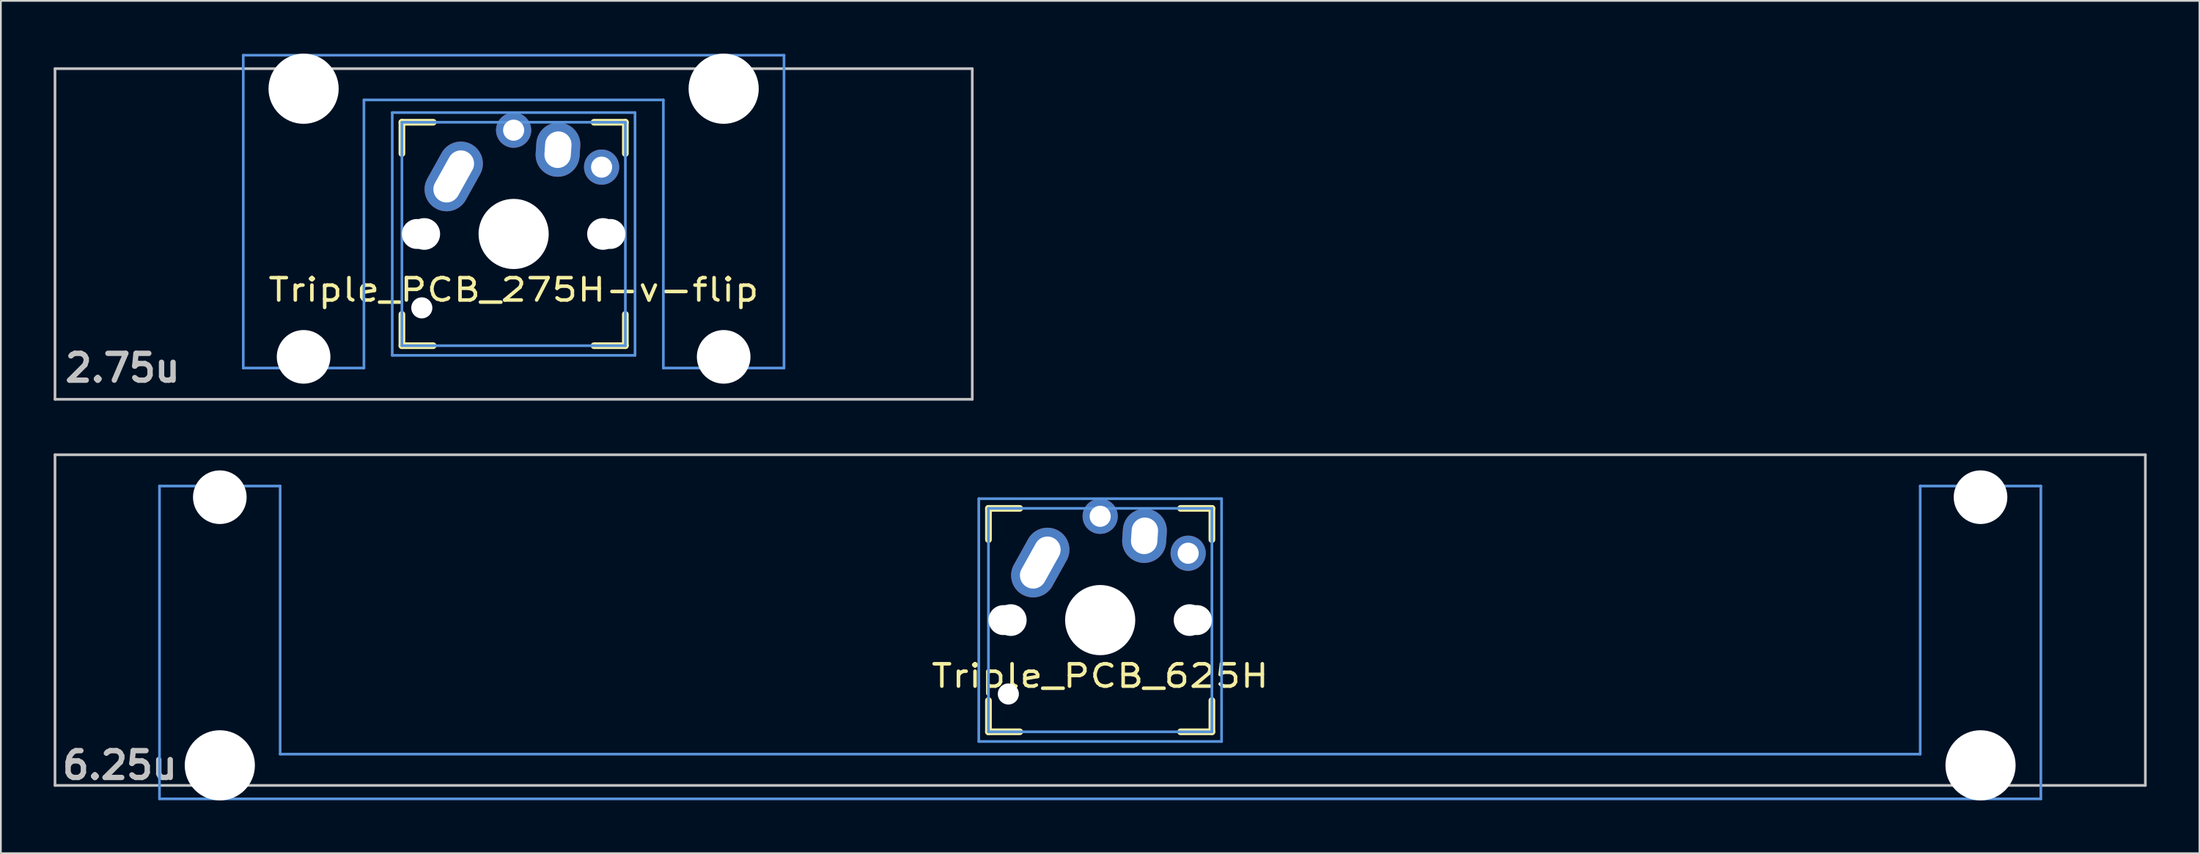
<source format=kicad_pcb>
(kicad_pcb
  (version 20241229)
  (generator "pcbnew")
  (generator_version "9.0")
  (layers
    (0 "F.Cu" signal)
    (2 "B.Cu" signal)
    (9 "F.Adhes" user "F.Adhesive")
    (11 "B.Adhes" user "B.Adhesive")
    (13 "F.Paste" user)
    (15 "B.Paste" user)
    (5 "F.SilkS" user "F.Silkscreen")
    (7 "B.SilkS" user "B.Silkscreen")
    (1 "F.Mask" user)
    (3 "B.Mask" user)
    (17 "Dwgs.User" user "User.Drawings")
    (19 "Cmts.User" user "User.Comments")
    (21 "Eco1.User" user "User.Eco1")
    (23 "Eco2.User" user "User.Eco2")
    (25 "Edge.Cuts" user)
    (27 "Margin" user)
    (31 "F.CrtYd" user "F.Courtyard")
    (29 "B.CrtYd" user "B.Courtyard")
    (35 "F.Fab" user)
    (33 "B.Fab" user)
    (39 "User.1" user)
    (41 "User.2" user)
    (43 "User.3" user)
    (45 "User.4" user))
  (footprint "Triple_PCB_625H"
    (layer "F.Cu")
    (at 59.482 32.197)
    (property "Reference" "Triple_PCB_625H" (at 0 3.175 0) (layer "F.SilkS") (effects (font (size 1.27 1.524) (thickness 0.203))))
    (attr through_hole)
    (fp_line (start -6.35 -6.35) (end -4.572 -6.35) (stroke (width 0.381) (type solid)) (layer "F.SilkS"))
    (fp_line (start -6.35 -4.572) (end -6.35 -6.35) (stroke (width 0.381) (type solid)) (layer "F.SilkS"))
    (fp_line (start -6.35 6.35) (end -6.35 4.572) (stroke (width 0.381) (type solid)) (layer "F.SilkS"))
    (fp_line (start -4.572 6.35) (end -6.35 6.35) (stroke (width 0.381) (type solid)) (layer "F.SilkS"))
    (fp_line (start 4.572 -6.35) (end 6.35 -6.35) (stroke (width 0.381) (type solid)) (layer "F.SilkS"))
    (fp_line (start 6.35 -6.35) (end 6.35 -4.572) (stroke (width 0.381) (type solid)) (layer "F.SilkS"))
    (fp_line (start 6.35 4.572) (end 6.35 6.35) (stroke (width 0.381) (type solid)) (layer "F.SilkS"))
    (fp_line (start 6.35 6.35) (end 4.572 6.35) (stroke (width 0.381) (type solid)) (layer "F.SilkS"))
    (fp_line (start -59.406 -9.398) (end 59.406 -9.398) (stroke (width 0.152) (type solid)) (layer "Dwgs.User"))
    (fp_line (start -59.406 9.398) (end -59.406 -9.398) (stroke (width 0.152) (type solid)) (layer "Dwgs.User"))
    (fp_line (start 59.406 -9.398) (end 59.406 9.398) (stroke (width 0.152) (type solid)) (layer "Dwgs.User"))
    (fp_line (start 59.406 9.398) (end -59.406 9.398) (stroke (width 0.152) (type solid)) (layer "Dwgs.User"))
    (fp_line (start -53.467 -7.62) (end -53.467 10.16) (stroke (width 0.152) (type solid)) (layer "Cmts.User"))
    (fp_line (start -53.467 10.16) (end 53.467 10.16) (stroke (width 0.152) (type solid)) (layer "Cmts.User"))
    (fp_line (start -46.609 -7.62) (end -53.467 -7.62) (stroke (width 0.152) (type solid)) (layer "Cmts.User"))
    (fp_line (start -46.609 7.62) (end -46.609 -7.62) (stroke (width 0.152) (type solid)) (layer "Cmts.User"))
    (fp_line (start -6.9 -6.9) (end 6.9 -6.9) (stroke (width 0.152) (type solid)) (layer "Cmts.User"))
    (fp_line (start -6.9 6.9) (end -6.9 -6.9) (stroke (width 0.152) (type solid)) (layer "Cmts.User"))
    (fp_line (start -6.35 -6.35) (end 6.35 -6.35) (stroke (width 0.152) (type solid)) (layer "Cmts.User"))
    (fp_line (start -6.35 6.35) (end -6.35 -6.35) (stroke (width 0.152) (type solid)) (layer "Cmts.User"))
    (fp_line (start 6.35 -6.35) (end 6.35 6.35) (stroke (width 0.152) (type solid)) (layer "Cmts.User"))
    (fp_line (start 6.35 6.35) (end -6.35 6.35) (stroke (width 0.152) (type solid)) (layer "Cmts.User"))
    (fp_line (start 6.9 -6.9) (end 6.9 6.9) (stroke (width 0.152) (type solid)) (layer "Cmts.User"))
    (fp_line (start 6.9 6.9) (end -6.9 6.9) (stroke (width 0.152) (type solid)) (layer "Cmts.User"))
    (fp_line (start 46.609 -7.62) (end 46.609 7.62) (stroke (width 0.152) (type solid)) (layer "Cmts.User"))
    (fp_line (start 46.609 7.62) (end -46.609 7.62) (stroke (width 0.152) (type solid)) (layer "Cmts.User"))
    (fp_line (start 53.467 -7.62) (end 46.609 -7.62) (stroke (width 0.152) (type solid)) (layer "Cmts.User"))
    (fp_line (start 53.467 10.16) (end 53.467 -7.62) (stroke (width 0.152) (type solid)) (layer "Cmts.User"))
    (fp_line (start -54.229 -2.286) (end -53.365 -2.286) (stroke (width 0.152) (type solid)) (layer "Eco2.User"))
    (fp_line (start -54.229 0.508) (end -54.229 -2.286) (stroke (width 0.152) (type solid)) (layer "Eco2.User"))
    (fp_line (start -53.365 -5.69) (end -46.711 -5.69) (stroke (width 0.152) (type solid)) (layer "Eco2.User"))
    (fp_line (start -53.365 -2.286) (end -53.365 -5.69) (stroke (width 0.152) (type solid)) (layer "Eco2.User"))
    (fp_line (start -53.365 0.508) (end -54.229 0.508) (stroke (width 0.152) (type solid)) (layer "Eco2.User"))
    (fp_line (start -53.365 6.604) (end -53.365 0.508) (stroke (width 0.152) (type solid)) (layer "Eco2.User"))
    (fp_line (start -52.324 6.604) (end -53.365 6.604) (stroke (width 0.152) (type solid)) (layer "Eco2.User"))
    (fp_line (start -52.324 7.772) (end -52.324 6.604) (stroke (width 0.152) (type solid)) (layer "Eco2.User"))
    (fp_line (start -47.752 6.604) (end -47.752 7.772) (stroke (width 0.152) (type solid)) (layer "Eco2.User"))
    (fp_line (start -47.752 7.772) (end -52.324 7.772) (stroke (width 0.152) (type solid)) (layer "Eco2.User"))
    (fp_line (start -46.711 -5.69) (end -46.711 -2.286) (stroke (width 0.152) (type solid)) (layer "Eco2.User"))
    (fp_line (start -46.711 -2.286) (end -6.985 -2.286) (stroke (width 0.152) (type solid)) (layer "Eco2.User"))
    (fp_line (start -46.711 2.286) (end -46.711 6.604) (stroke (width 0.152) (type solid)) (layer "Eco2.User"))
    (fp_line (start -46.711 6.604) (end -47.752 6.604) (stroke (width 0.152) (type solid)) (layer "Eco2.User"))
    (fp_line (start -7.5 -7.5) (end 7.5 -7.5) (stroke (width 0.152) (type solid)) (layer "Eco2.User"))
    (fp_line (start -7.5 7.5) (end -7.5 -7.5) (stroke (width 0.152) (type solid)) (layer "Eco2.User"))
    (fp_line (start -6.985 -6.985) (end 6.985 -6.985) (stroke (width 0.152) (type solid)) (layer "Eco2.User"))
    (fp_line (start -6.985 -2.286) (end -6.985 -6.985) (stroke (width 0.152) (type solid)) (layer "Eco2.User"))
    (fp_line (start -6.985 2.286) (end -46.711 2.286) (stroke (width 0.152) (type solid)) (layer "Eco2.User"))
    (fp_line (start -6.985 6.985) (end -6.985 2.286) (stroke (width 0.152) (type solid)) (layer "Eco2.User"))
    (fp_line (start 6.985 -6.985) (end 6.985 -2.286) (stroke (width 0.152) (type solid)) (layer "Eco2.User"))
    (fp_line (start 6.985 -2.286) (end 46.711 -2.286) (stroke (width 0.152) (type solid)) (layer "Eco2.User"))
    (fp_line (start 6.985 2.286) (end 6.985 6.985) (stroke (width 0.152) (type solid)) (layer "Eco2.User"))
    (fp_line (start 6.985 6.985) (end -6.985 6.985) (stroke (width 0.152) (type solid)) (layer "Eco2.User"))
    (fp_line (start 7.5 -7.5) (end 7.5 7.5) (stroke (width 0.152) (type solid)) (layer "Eco2.User"))
    (fp_line (start 7.5 7.5) (end -7.5 7.5) (stroke (width 0.152) (type solid)) (layer "Eco2.User"))
    (fp_line (start 46.711 -5.69) (end 53.365 -5.69) (stroke (width 0.152) (type solid)) (layer "Eco2.User"))
    (fp_line (start 46.711 -2.286) (end 46.711 -5.69) (stroke (width 0.152) (type solid)) (layer "Eco2.User"))
    (fp_line (start 46.711 2.286) (end 6.985 2.286) (stroke (width 0.152) (type solid)) (layer "Eco2.User"))
    (fp_line (start 46.711 6.604) (end 46.711 2.286) (stroke (width 0.152) (type solid)) (layer "Eco2.User"))
    (fp_line (start 47.752 6.604) (end 46.711 6.604) (stroke (width 0.152) (type solid)) (layer "Eco2.User"))
    (fp_line (start 47.752 7.772) (end 47.752 6.604) (stroke (width 0.152) (type solid)) (layer "Eco2.User"))
    (fp_line (start 52.324 6.604) (end 52.324 7.772) (stroke (width 0.152) (type solid)) (layer "Eco2.User"))
    (fp_line (start 52.324 7.772) (end 47.752 7.772) (stroke (width 0.152) (type solid)) (layer "Eco2.User"))
    (fp_line (start 53.365 -5.69) (end 53.365 -2.286) (stroke (width 0.152) (type solid)) (layer "Eco2.User"))
    (fp_line (start 53.365 -2.286) (end 54.229 -2.286) (stroke (width 0.152) (type solid)) (layer "Eco2.User"))
    (fp_line (start 53.365 0.508) (end 53.365 6.604) (stroke (width 0.152) (type solid)) (layer "Eco2.User"))
    (fp_line (start 53.365 6.604) (end 52.324 6.604) (stroke (width 0.152) (type solid)) (layer "Eco2.User"))
    (fp_line (start 54.229 -2.286) (end 54.229 0.508) (stroke (width 0.152) (type solid)) (layer "Eco2.User"))
    (fp_line (start 54.229 0.508) (end 53.365 0.508) (stroke (width 0.152) (type solid)) (layer "Eco2.User"))
    (fp_text user "6.25u" (at -55.723 8.255 0) (layer "Dwgs.User") (effects (font (size 1.524 1.524) (thickness 0.305))))
    (pad "" np_thru_hole circle (at -50.038 -6.985) (size 3.048 3.048) (drill 3.048) (layers "*.Cu"))
    (pad "" np_thru_hole circle (at -50.038 8.255) (size 3.988 3.988) (drill 3.988) (layers "*.Cu"))
    (pad "" np_thru_hole circle (at -5.5 0) (size 1.7 1.7) (drill 1.7) (layers "*.Cu"))
    (pad "" np_thru_hole circle (at -5.22 4.2) (size 1.2 1.2) (drill 1.2) (layers "*.Cu"))
    (pad "" np_thru_hole circle (at -5.08 0) (size 1.8 1.8) (drill 1.8) (layers "*.Cu"))
    (pad "" np_thru_hole circle (at 0 0) (size 3.4 3.4) (drill 3.4) (layers "*.Cu"))
    (pad "" np_thru_hole circle (at 0 0) (size 3.988 3.988) (drill 3.988) (layers "*.Cu"))
    (pad "" np_thru_hole circle (at 5.08 0) (size 1.8 1.8) (drill 1.8) (layers "*.Cu"))
    (pad "" np_thru_hole circle (at 5.5 0) (size 1.7 1.7) (drill 1.7) (layers "*.Cu"))
    (pad "" np_thru_hole circle (at 50.038 -6.985) (size 3.048 3.048) (drill 3.048) (layers "*.Cu"))
    (pad "" np_thru_hole circle (at 50.038 8.255) (size 3.988 3.988) (drill 3.988) (layers "*.Cu"))
    (pad "1" thru_hole oval (at -3.405 -3.27 330.9) (size 2.5 4.17) (drill oval 1.5 3.17) (layers "*.Cu" "*.Mask"))
    (pad "1" thru_hole circle (at 0 -5.9) (size 2 2) (drill 1.2) (layers "*.Cu" "*.Mask"))
    (pad "2" thru_hole oval (at 2.52 -4.79 356.1) (size 2.5 3.08) (drill oval 1.5 2.08) (layers "*.Cu" "*.Mask"))
    (pad "2" thru_hole circle (at 5 -3.8 221.9) (size 2 2) (drill 1.2) (layers "*.Cu" "*.Mask")))
  (footprint "Triple_PCB_275H-v-flip"
    (layer "F.Cu")
    (at 26.144 10.249)
    (property "Reference" "Triple_PCB_275H-v-flip" (at 0 3.175 0) (layer "F.SilkS") (effects (font (size 1.27 1.524) (thickness 0.203))))
    (attr through_hole)
    (fp_line (start -6.35 -6.35) (end -4.572 -6.35) (stroke (width 0.381) (type solid)) (layer "F.SilkS"))
    (fp_line (start -6.35 -4.572) (end -6.35 -6.35) (stroke (width 0.381) (type solid)) (layer "F.SilkS"))
    (fp_line (start -6.35 6.35) (end -6.35 4.572) (stroke (width 0.381) (type solid)) (layer "F.SilkS"))
    (fp_line (start -4.572 6.35) (end -6.35 6.35) (stroke (width 0.381) (type solid)) (layer "F.SilkS"))
    (fp_line (start 4.572 -6.35) (end 6.35 -6.35) (stroke (width 0.381) (type solid)) (layer "F.SilkS"))
    (fp_line (start 6.35 -6.35) (end 6.35 -4.572) (stroke (width 0.381) (type solid)) (layer "F.SilkS"))
    (fp_line (start 6.35 4.572) (end 6.35 6.35) (stroke (width 0.381) (type solid)) (layer "F.SilkS"))
    (fp_line (start 6.35 6.35) (end 4.572 6.35) (stroke (width 0.381) (type solid)) (layer "F.SilkS"))
    (fp_line (start -26.068 -9.398) (end 26.068 -9.398) (stroke (width 0.152) (type solid)) (layer "Dwgs.User"))
    (fp_line (start -26.068 9.398) (end -26.068 -9.398) (stroke (width 0.152) (type solid)) (layer "Dwgs.User"))
    (fp_line (start 26.068 -9.398) (end 26.068 9.398) (stroke (width 0.152) (type solid)) (layer "Dwgs.User"))
    (fp_line (start 26.068 9.398) (end -26.068 9.398) (stroke (width 0.152) (type solid)) (layer "Dwgs.User"))
    (fp_line (start -15.367 -10.16) (end -15.367 7.62) (stroke (width 0.152) (type solid)) (layer "Cmts.User"))
    (fp_line (start -15.367 7.62) (end -8.509 7.62) (stroke (width 0.152) (type solid)) (layer "Cmts.User"))
    (fp_line (start -8.509 -7.62) (end 8.509 -7.62) (stroke (width 0.152) (type solid)) (layer "Cmts.User"))
    (fp_line (start -8.509 7.62) (end -8.509 -7.62) (stroke (width 0.152) (type solid)) (layer "Cmts.User"))
    (fp_line (start -6.9 -6.9) (end 6.9 -6.9) (stroke (width 0.152) (type solid)) (layer "Cmts.User"))
    (fp_line (start -6.9 6.9) (end -6.9 -6.9) (stroke (width 0.152) (type solid)) (layer "Cmts.User"))
    (fp_line (start -6.35 -6.35) (end 6.35 -6.35) (stroke (width 0.152) (type solid)) (layer "Cmts.User"))
    (fp_line (start -6.35 6.35) (end -6.35 -6.35) (stroke (width 0.152) (type solid)) (layer "Cmts.User"))
    (fp_line (start 6.35 -6.35) (end 6.35 6.35) (stroke (width 0.152) (type solid)) (layer "Cmts.User"))
    (fp_line (start 6.35 6.35) (end -6.35 6.35) (stroke (width 0.152) (type solid)) (layer "Cmts.User"))
    (fp_line (start 6.9 -6.9) (end 6.9 6.9) (stroke (width 0.152) (type solid)) (layer "Cmts.User"))
    (fp_line (start 6.9 6.9) (end -6.9 6.9) (stroke (width 0.152) (type solid)) (layer "Cmts.User"))
    (fp_line (start 8.509 -7.62) (end 8.509 7.62) (stroke (width 0.152) (type solid)) (layer "Cmts.User"))
    (fp_line (start 8.509 7.62) (end 15.367 7.62) (stroke (width 0.152) (type solid)) (layer "Cmts.User"))
    (fp_line (start 15.367 -10.16) (end -15.367 -10.16) (stroke (width 0.152) (type solid)) (layer "Cmts.User"))
    (fp_line (start 15.367 7.62) (end 15.367 -10.16) (stroke (width 0.152) (type solid)) (layer "Cmts.User"))
    (fp_line (start -16.129 -0.508) (end -15.265 -0.508) (stroke (width 0.152) (type solid)) (layer "Eco2.User"))
    (fp_line (start -16.129 2.286) (end -16.129 -0.508) (stroke (width 0.152) (type solid)) (layer "Eco2.User"))
    (fp_line (start -15.265 -6.604) (end -14.224 -6.604) (stroke (width 0.152) (type solid)) (layer "Eco2.User"))
    (fp_line (start -15.265 -0.508) (end -15.265 -6.604) (stroke (width 0.152) (type solid)) (layer "Eco2.User"))
    (fp_line (start -15.265 2.286) (end -16.129 2.286) (stroke (width 0.152) (type solid)) (layer "Eco2.User"))
    (fp_line (start -15.265 5.69) (end -15.265 2.286) (stroke (width 0.152) (type solid)) (layer "Eco2.User"))
    (fp_line (start -14.224 -7.772) (end -9.652 -7.772) (stroke (width 0.152) (type solid)) (layer "Eco2.User"))
    (fp_line (start -14.224 -6.604) (end -14.224 -7.772) (stroke (width 0.152) (type solid)) (layer "Eco2.User"))
    (fp_line (start -9.652 -7.772) (end -9.652 -6.604) (stroke (width 0.152) (type solid)) (layer "Eco2.User"))
    (fp_line (start -9.652 -6.604) (end -8.611 -6.604) (stroke (width 0.152) (type solid)) (layer "Eco2.User"))
    (fp_line (start -8.611 -6.604) (end -8.611 -5.817) (stroke (width 0.152) (type solid)) (layer "Eco2.User"))
    (fp_line (start -8.611 -5.817) (end -6.985 -5.817) (stroke (width 0.152) (type solid)) (layer "Eco2.User"))
    (fp_line (start -8.611 4.877) (end -8.611 5.69) (stroke (width 0.152) (type solid)) (layer "Eco2.User"))
    (fp_line (start -8.611 5.69) (end -15.265 5.69) (stroke (width 0.152) (type solid)) (layer "Eco2.User"))
    (fp_line (start -7.5 -7.5) (end 7.5 -7.5) (stroke (width 0.152) (type solid)) (layer "Eco2.User"))
    (fp_line (start -7.5 7.5) (end -7.5 -7.5) (stroke (width 0.152) (type solid)) (layer "Eco2.User"))
    (fp_line (start -6.985 -6.985) (end 6.985 -6.985) (stroke (width 0.152) (type solid)) (layer "Eco2.User"))
    (fp_line (start -6.985 -5.817) (end -6.985 -6.985) (stroke (width 0.152) (type solid)) (layer "Eco2.User"))
    (fp_line (start -6.985 4.877) (end -8.611 4.877) (stroke (width 0.152) (type solid)) (layer "Eco2.User"))
    (fp_line (start -6.985 6.985) (end -6.985 4.877) (stroke (width 0.152) (type solid)) (layer "Eco2.User"))
    (fp_line (start 6.985 -6.985) (end 6.985 -5.817) (stroke (width 0.152) (type solid)) (layer "Eco2.User"))
    (fp_line (start 6.985 -5.817) (end 8.611 -5.817) (stroke (width 0.152) (type solid)) (layer "Eco2.User"))
    (fp_line (start 6.985 4.877) (end 6.985 6.985) (stroke (width 0.152) (type solid)) (layer "Eco2.User"))
    (fp_line (start 6.985 6.985) (end -6.985 6.985) (stroke (width 0.152) (type solid)) (layer "Eco2.User"))
    (fp_line (start 7.5 -7.5) (end 7.5 7.5) (stroke (width 0.152) (type solid)) (layer "Eco2.User"))
    (fp_line (start 7.5 7.5) (end -7.5 7.5) (stroke (width 0.152) (type solid)) (layer "Eco2.User"))
    (fp_line (start 8.611 -6.604) (end 9.652 -6.604) (stroke (width 0.152) (type solid)) (layer "Eco2.User"))
    (fp_line (start 8.611 -5.817) (end 8.611 -6.604) (stroke (width 0.152) (type solid)) (layer "Eco2.User"))
    (fp_line (start 8.611 4.877) (end 6.985 4.877) (stroke (width 0.152) (type solid)) (layer "Eco2.User"))
    (fp_line (start 8.611 5.69) (end 8.611 4.877) (stroke (width 0.152) (type solid)) (layer "Eco2.User"))
    (fp_line (start 9.652 -7.772) (end 14.224 -7.772) (stroke (width 0.152) (type solid)) (layer "Eco2.User"))
    (fp_line (start 9.652 -6.604) (end 9.652 -7.772) (stroke (width 0.152) (type solid)) (layer "Eco2.User"))
    (fp_line (start 14.224 -7.772) (end 14.224 -6.604) (stroke (width 0.152) (type solid)) (layer "Eco2.User"))
    (fp_line (start 14.224 -6.604) (end 15.265 -6.604) (stroke (width 0.152) (type solid)) (layer "Eco2.User"))
    (fp_line (start 15.265 -6.604) (end 15.265 -0.508) (stroke (width 0.152) (type solid)) (layer "Eco2.User"))
    (fp_line (start 15.265 -0.508) (end 16.129 -0.508) (stroke (width 0.152) (type solid)) (layer "Eco2.User"))
    (fp_line (start 15.265 2.286) (end 15.265 5.69) (stroke (width 0.152) (type solid)) (layer "Eco2.User"))
    (fp_line (start 15.265 5.69) (end 8.611 5.69) (stroke (width 0.152) (type solid)) (layer "Eco2.User"))
    (fp_line (start 16.129 -0.508) (end 16.129 2.286) (stroke (width 0.152) (type solid)) (layer "Eco2.User"))
    (fp_line (start 16.129 2.286) (end 15.265 2.286) (stroke (width 0.152) (type solid)) (layer "Eco2.User"))
    (fp_text user "2.75u" (at -22.225 7.62 180) (layer "Dwgs.User") (effects (font (size 1.524 1.524) (thickness 0.305))))
    (pad "" np_thru_hole circle (at -11.938 -8.255 180) (size 3.988 3.988) (drill 3.988) (layers "*.Cu"))
    (pad "" np_thru_hole circle (at -11.938 6.985 180) (size 3.048 3.048) (drill 3.048) (layers "*.Cu"))
    (pad "" np_thru_hole circle (at -5.5 0) (size 1.7 1.7) (drill 1.7) (layers "*.Cu"))
    (pad "" np_thru_hole circle (at -5.22 4.2) (size 1.2 1.2) (drill 1.2) (layers "*.Cu"))
    (pad "" np_thru_hole circle (at -5.08 0) (size 1.8 1.8) (drill 1.8) (layers "*.Cu"))
    (pad "" np_thru_hole circle (at 0 0) (size 3.4 3.4) (drill 3.4) (layers "*.Cu"))
    (pad "" np_thru_hole circle (at 0 0) (size 3.988 3.988) (drill 3.988) (layers "*.Cu"))
    (pad "" np_thru_hole circle (at 5.08 0) (size 1.8 1.8) (drill 1.8) (layers "*.Cu"))
    (pad "" np_thru_hole circle (at 5.5 0) (size 1.7 1.7) (drill 1.7) (layers "*.Cu"))
    (pad "" np_thru_hole circle (at 11.938 -8.255 180) (size 3.988 3.988) (drill 3.988) (layers "*.Cu"))
    (pad "" np_thru_hole circle (at 11.938 6.985 180) (size 3.048 3.048) (drill 3.048) (layers "*.Cu"))
    (pad "1" thru_hole oval (at -3.405 -3.27 330.9) (size 2.5 4.17) (drill oval 1.5 3.17) (layers "*.Cu" "*.Mask"))
    (pad "1" thru_hole circle (at 0 -5.9) (size 2 2) (drill 1.2) (layers "*.Cu" "*.Mask"))
    (pad "2" thru_hole oval (at 2.52 -4.79 356.1) (size 2.5 3.08) (drill oval 1.5 2.08) (layers "*.Cu" "*.Mask"))
    (pad "2" thru_hole circle (at 5 -3.8 221.9) (size 2 2) (drill 1.2) (layers "*.Cu" "*.Mask")))
  (gr_rect
    (start -3 -3)
    (end 121.963 45.446)
    (stroke (width 0.1) (type default))
    (fill no)
    (layer "Edge.Cuts")))
</source>
